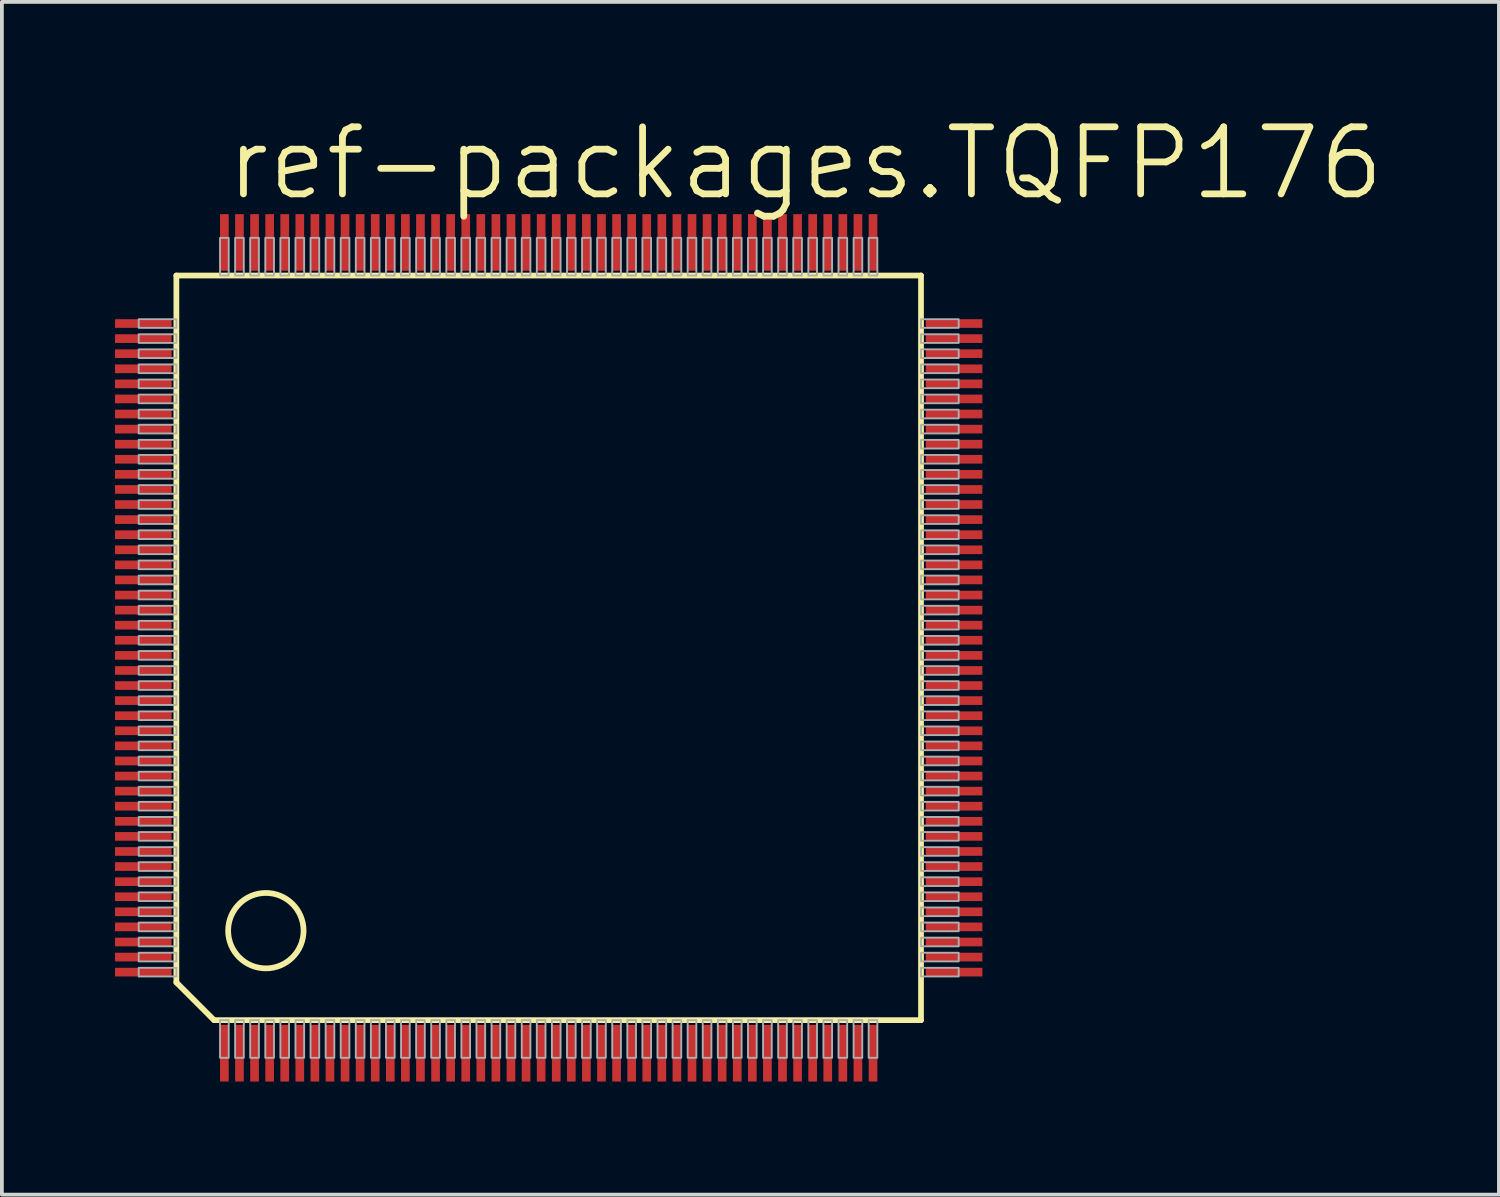
<source format=kicad_pcb>
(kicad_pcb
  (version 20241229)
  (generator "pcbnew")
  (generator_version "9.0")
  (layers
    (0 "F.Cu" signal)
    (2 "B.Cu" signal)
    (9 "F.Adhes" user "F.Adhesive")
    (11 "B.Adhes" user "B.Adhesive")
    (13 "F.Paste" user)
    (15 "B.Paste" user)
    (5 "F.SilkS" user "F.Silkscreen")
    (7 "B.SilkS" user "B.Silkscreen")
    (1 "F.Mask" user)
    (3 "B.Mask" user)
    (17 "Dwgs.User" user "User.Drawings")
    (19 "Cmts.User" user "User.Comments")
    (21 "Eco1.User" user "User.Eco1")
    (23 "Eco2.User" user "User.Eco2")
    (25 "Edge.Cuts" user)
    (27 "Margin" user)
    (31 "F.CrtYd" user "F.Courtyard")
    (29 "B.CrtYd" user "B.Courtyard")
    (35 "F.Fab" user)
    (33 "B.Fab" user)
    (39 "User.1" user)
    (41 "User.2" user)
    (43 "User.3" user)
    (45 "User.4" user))
  (footprint "ref-packages.TQFP176"
    (layer "F.Cu")
    (at 11.5 14.129)
    (property "Reference" "ref-packages.TQFP176" (at -8.636 -11.811 0) (layer "F.SilkS") (effects (font (size 1.778 1.778) (thickness 0.18)) (justify left bottom)))
    (attr smd)
    (fp_line (start -9.873 -9.873) (end 9.873 -9.873) (stroke (width 0.152) (type default)) (layer "F.SilkS"))
    (fp_line (start -9.873 8.873) (end -9.873 -9.873) (stroke (width 0.152) (type default)) (layer "F.SilkS"))
    (fp_line (start -8.873 9.873) (end -9.873 8.873) (stroke (width 0.152) (type default)) (layer "F.SilkS"))
    (fp_line (start 9.873 -9.873) (end 9.873 9.873) (stroke (width 0.152) (type default)) (layer "F.SilkS"))
    (fp_line (start 9.873 9.873) (end -8.873 9.873) (stroke (width 0.152) (type default)) (layer "F.SilkS"))
    (fp_circle (center -7.5 7.5) (end -6.5 7.5) (stroke (width 0.152) (type default)) (fill no) (layer "F.SilkS"))
    (fp_rect (start -10.872 -8.485) (end -9.873 -8.715) (stroke (width 0.05) (type default)) (fill no) (layer "F.Fab"))
    (fp_rect (start -10.872 -8.085) (end -9.873 -8.315) (stroke (width 0.05) (type default)) (fill no) (layer "F.Fab"))
    (fp_rect (start -10.872 -7.685) (end -9.873 -7.915) (stroke (width 0.05) (type default)) (fill no) (layer "F.Fab"))
    (fp_rect (start -10.872 -7.285) (end -9.873 -7.515) (stroke (width 0.05) (type default)) (fill no) (layer "F.Fab"))
    (fp_rect (start -10.872 -6.885) (end -9.873 -7.115) (stroke (width 0.05) (type default)) (fill no) (layer "F.Fab"))
    (fp_rect (start -10.872 -6.485) (end -9.873 -6.715) (stroke (width 0.05) (type default)) (fill no) (layer "F.Fab"))
    (fp_rect (start -10.872 -6.085) (end -9.873 -6.315) (stroke (width 0.05) (type default)) (fill no) (layer "F.Fab"))
    (fp_rect (start -10.872 -5.685) (end -9.873 -5.915) (stroke (width 0.05) (type default)) (fill no) (layer "F.Fab"))
    (fp_rect (start -10.872 -5.285) (end -9.873 -5.515) (stroke (width 0.05) (type default)) (fill no) (layer "F.Fab"))
    (fp_rect (start -10.872 -4.885) (end -9.873 -5.115) (stroke (width 0.05) (type default)) (fill no) (layer "F.Fab"))
    (fp_rect (start -10.872 -4.485) (end -9.873 -4.715) (stroke (width 0.05) (type default)) (fill no) (layer "F.Fab"))
    (fp_rect (start -10.872 -4.085) (end -9.873 -4.315) (stroke (width 0.05) (type default)) (fill no) (layer "F.Fab"))
    (fp_rect (start -10.872 -3.685) (end -9.873 -3.915) (stroke (width 0.05) (type default)) (fill no) (layer "F.Fab"))
    (fp_rect (start -10.872 -3.285) (end -9.873 -3.515) (stroke (width 0.05) (type default)) (fill no) (layer "F.Fab"))
    (fp_rect (start -10.872 -2.885) (end -9.873 -3.115) (stroke (width 0.05) (type default)) (fill no) (layer "F.Fab"))
    (fp_rect (start -10.872 -2.485) (end -9.873 -2.715) (stroke (width 0.05) (type default)) (fill no) (layer "F.Fab"))
    (fp_rect (start -10.872 -2.085) (end -9.873 -2.315) (stroke (width 0.05) (type default)) (fill no) (layer "F.Fab"))
    (fp_rect (start -10.872 -1.685) (end -9.873 -1.915) (stroke (width 0.05) (type default)) (fill no) (layer "F.Fab"))
    (fp_rect (start -10.872 -1.285) (end -9.873 -1.515) (stroke (width 0.05) (type default)) (fill no) (layer "F.Fab"))
    (fp_rect (start -10.872 -0.885) (end -9.873 -1.115) (stroke (width 0.05) (type default)) (fill no) (layer "F.Fab"))
    (fp_rect (start -10.872 -0.485) (end -9.873 -0.715) (stroke (width 0.05) (type default)) (fill no) (layer "F.Fab"))
    (fp_rect (start -10.872 -0.085) (end -9.873 -0.315) (stroke (width 0.05) (type default)) (fill no) (layer "F.Fab"))
    (fp_rect (start -10.872 0.315) (end -9.873 0.085) (stroke (width 0.05) (type default)) (fill no) (layer "F.Fab"))
    (fp_rect (start -10.872 0.715) (end -9.873 0.485) (stroke (width 0.05) (type default)) (fill no) (layer "F.Fab"))
    (fp_rect (start -10.872 1.115) (end -9.873 0.885) (stroke (width 0.05) (type default)) (fill no) (layer "F.Fab"))
    (fp_rect (start -10.872 1.515) (end -9.873 1.285) (stroke (width 0.05) (type default)) (fill no) (layer "F.Fab"))
    (fp_rect (start -10.872 1.915) (end -9.873 1.685) (stroke (width 0.05) (type default)) (fill no) (layer "F.Fab"))
    (fp_rect (start -10.872 2.315) (end -9.873 2.085) (stroke (width 0.05) (type default)) (fill no) (layer "F.Fab"))
    (fp_rect (start -10.872 2.715) (end -9.873 2.485) (stroke (width 0.05) (type default)) (fill no) (layer "F.Fab"))
    (fp_rect (start -10.872 3.115) (end -9.873 2.885) (stroke (width 0.05) (type default)) (fill no) (layer "F.Fab"))
    (fp_rect (start -10.872 3.515) (end -9.873 3.285) (stroke (width 0.05) (type default)) (fill no) (layer "F.Fab"))
    (fp_rect (start -10.872 3.915) (end -9.873 3.685) (stroke (width 0.05) (type default)) (fill no) (layer "F.Fab"))
    (fp_rect (start -10.872 4.315) (end -9.873 4.085) (stroke (width 0.05) (type default)) (fill no) (layer "F.Fab"))
    (fp_rect (start -10.872 4.715) (end -9.873 4.485) (stroke (width 0.05) (type default)) (fill no) (layer "F.Fab"))
    (fp_rect (start -10.872 5.115) (end -9.873 4.885) (stroke (width 0.05) (type default)) (fill no) (layer "F.Fab"))
    (fp_rect (start -10.872 5.515) (end -9.873 5.285) (stroke (width 0.05) (type default)) (fill no) (layer "F.Fab"))
    (fp_rect (start -10.872 5.915) (end -9.873 5.685) (stroke (width 0.05) (type default)) (fill no) (layer "F.Fab"))
    (fp_rect (start -10.872 6.315) (end -9.873 6.085) (stroke (width 0.05) (type default)) (fill no) (layer "F.Fab"))
    (fp_rect (start -10.872 6.715) (end -9.873 6.485) (stroke (width 0.05) (type default)) (fill no) (layer "F.Fab"))
    (fp_rect (start -10.872 7.115) (end -9.873 6.885) (stroke (width 0.05) (type default)) (fill no) (layer "F.Fab"))
    (fp_rect (start -10.872 7.515) (end -9.873 7.285) (stroke (width 0.05) (type default)) (fill no) (layer "F.Fab"))
    (fp_rect (start -10.872 7.915) (end -9.873 7.685) (stroke (width 0.05) (type default)) (fill no) (layer "F.Fab"))
    (fp_rect (start -10.872 8.315) (end -9.873 8.085) (stroke (width 0.05) (type default)) (fill no) (layer "F.Fab"))
    (fp_rect (start -10.872 8.715) (end -9.873 8.485) (stroke (width 0.05) (type default)) (fill no) (layer "F.Fab"))
    (fp_rect (start -8.715 -9.873) (end -8.485 -10.872) (stroke (width 0.05) (type default)) (fill no) (layer "F.Fab"))
    (fp_rect (start -8.715 10.872) (end -8.485 9.873) (stroke (width 0.05) (type default)) (fill no) (layer "F.Fab"))
    (fp_rect (start -8.315 -9.873) (end -8.085 -10.872) (stroke (width 0.05) (type default)) (fill no) (layer "F.Fab"))
    (fp_rect (start -8.315 10.872) (end -8.085 9.873) (stroke (width 0.05) (type default)) (fill no) (layer "F.Fab"))
    (fp_rect (start -7.915 -9.873) (end -7.685 -10.872) (stroke (width 0.05) (type default)) (fill no) (layer "F.Fab"))
    (fp_rect (start -7.915 10.872) (end -7.685 9.873) (stroke (width 0.05) (type default)) (fill no) (layer "F.Fab"))
    (fp_rect (start -7.515 -9.873) (end -7.285 -10.872) (stroke (width 0.05) (type default)) (fill no) (layer "F.Fab"))
    (fp_rect (start -7.515 10.872) (end -7.285 9.873) (stroke (width 0.05) (type default)) (fill no) (layer "F.Fab"))
    (fp_rect (start -7.115 -9.873) (end -6.885 -10.872) (stroke (width 0.05) (type default)) (fill no) (layer "F.Fab"))
    (fp_rect (start -7.115 10.872) (end -6.885 9.873) (stroke (width 0.05) (type default)) (fill no) (layer "F.Fab"))
    (fp_rect (start -6.715 -9.873) (end -6.485 -10.872) (stroke (width 0.05) (type default)) (fill no) (layer "F.Fab"))
    (fp_rect (start -6.715 10.872) (end -6.485 9.873) (stroke (width 0.05) (type default)) (fill no) (layer "F.Fab"))
    (fp_rect (start -6.315 -9.873) (end -6.085 -10.872) (stroke (width 0.05) (type default)) (fill no) (layer "F.Fab"))
    (fp_rect (start -6.315 10.872) (end -6.085 9.873) (stroke (width 0.05) (type default)) (fill no) (layer "F.Fab"))
    (fp_rect (start -5.915 -9.873) (end -5.685 -10.872) (stroke (width 0.05) (type default)) (fill no) (layer "F.Fab"))
    (fp_rect (start -5.915 10.872) (end -5.685 9.873) (stroke (width 0.05) (type default)) (fill no) (layer "F.Fab"))
    (fp_rect (start -5.515 -9.873) (end -5.285 -10.872) (stroke (width 0.05) (type default)) (fill no) (layer "F.Fab"))
    (fp_rect (start -5.515 10.872) (end -5.285 9.873) (stroke (width 0.05) (type default)) (fill no) (layer "F.Fab"))
    (fp_rect (start -5.115 -9.873) (end -4.885 -10.872) (stroke (width 0.05) (type default)) (fill no) (layer "F.Fab"))
    (fp_rect (start -5.115 10.872) (end -4.885 9.873) (stroke (width 0.05) (type default)) (fill no) (layer "F.Fab"))
    (fp_rect (start -4.715 -9.873) (end -4.485 -10.872) (stroke (width 0.05) (type default)) (fill no) (layer "F.Fab"))
    (fp_rect (start -4.715 10.872) (end -4.485 9.873) (stroke (width 0.05) (type default)) (fill no) (layer "F.Fab"))
    (fp_rect (start -4.315 -9.873) (end -4.085 -10.872) (stroke (width 0.05) (type default)) (fill no) (layer "F.Fab"))
    (fp_rect (start -4.315 10.872) (end -4.085 9.873) (stroke (width 0.05) (type default)) (fill no) (layer "F.Fab"))
    (fp_rect (start -3.915 -9.873) (end -3.685 -10.872) (stroke (width 0.05) (type default)) (fill no) (layer "F.Fab"))
    (fp_rect (start -3.915 10.872) (end -3.685 9.873) (stroke (width 0.05) (type default)) (fill no) (layer "F.Fab"))
    (fp_rect (start -3.515 -9.873) (end -3.285 -10.872) (stroke (width 0.05) (type default)) (fill no) (layer "F.Fab"))
    (fp_rect (start -3.515 10.872) (end -3.285 9.873) (stroke (width 0.05) (type default)) (fill no) (layer "F.Fab"))
    (fp_rect (start -3.115 -9.873) (end -2.885 -10.872) (stroke (width 0.05) (type default)) (fill no) (layer "F.Fab"))
    (fp_rect (start -3.115 10.872) (end -2.885 9.873) (stroke (width 0.05) (type default)) (fill no) (layer "F.Fab"))
    (fp_rect (start -2.715 -9.873) (end -2.485 -10.872) (stroke (width 0.05) (type default)) (fill no) (layer "F.Fab"))
    (fp_rect (start -2.715 10.872) (end -2.485 9.873) (stroke (width 0.05) (type default)) (fill no) (layer "F.Fab"))
    (fp_rect (start -2.315 -9.873) (end -2.085 -10.872) (stroke (width 0.05) (type default)) (fill no) (layer "F.Fab"))
    (fp_rect (start -2.315 10.872) (end -2.085 9.873) (stroke (width 0.05) (type default)) (fill no) (layer "F.Fab"))
    (fp_rect (start -1.915 -9.873) (end -1.685 -10.872) (stroke (width 0.05) (type default)) (fill no) (layer "F.Fab"))
    (fp_rect (start -1.915 10.872) (end -1.685 9.873) (stroke (width 0.05) (type default)) (fill no) (layer "F.Fab"))
    (fp_rect (start -1.515 -9.873) (end -1.285 -10.872) (stroke (width 0.05) (type default)) (fill no) (layer "F.Fab"))
    (fp_rect (start -1.515 10.872) (end -1.285 9.873) (stroke (width 0.05) (type default)) (fill no) (layer "F.Fab"))
    (fp_rect (start -1.115 -9.873) (end -0.885 -10.872) (stroke (width 0.05) (type default)) (fill no) (layer "F.Fab"))
    (fp_rect (start -1.115 10.872) (end -0.885 9.873) (stroke (width 0.05) (type default)) (fill no) (layer "F.Fab"))
    (fp_rect (start -0.715 -9.873) (end -0.485 -10.872) (stroke (width 0.05) (type default)) (fill no) (layer "F.Fab"))
    (fp_rect (start -0.715 10.872) (end -0.485 9.873) (stroke (width 0.05) (type default)) (fill no) (layer "F.Fab"))
    (fp_rect (start -0.315 -9.873) (end -0.085 -10.872) (stroke (width 0.05) (type default)) (fill no) (layer "F.Fab"))
    (fp_rect (start -0.315 10.872) (end -0.085 9.873) (stroke (width 0.05) (type default)) (fill no) (layer "F.Fab"))
    (fp_rect (start 0.085 -9.873) (end 0.315 -10.872) (stroke (width 0.05) (type default)) (fill no) (layer "F.Fab"))
    (fp_rect (start 0.085 10.872) (end 0.315 9.873) (stroke (width 0.05) (type default)) (fill no) (layer "F.Fab"))
    (fp_rect (start 0.485 -9.873) (end 0.715 -10.872) (stroke (width 0.05) (type default)) (fill no) (layer "F.Fab"))
    (fp_rect (start 0.485 10.872) (end 0.715 9.873) (stroke (width 0.05) (type default)) (fill no) (layer "F.Fab"))
    (fp_rect (start 0.885 -9.873) (end 1.115 -10.872) (stroke (width 0.05) (type default)) (fill no) (layer "F.Fab"))
    (fp_rect (start 0.885 10.872) (end 1.115 9.873) (stroke (width 0.05) (type default)) (fill no) (layer "F.Fab"))
    (fp_rect (start 1.285 -9.873) (end 1.515 -10.872) (stroke (width 0.05) (type default)) (fill no) (layer "F.Fab"))
    (fp_rect (start 1.285 10.872) (end 1.515 9.873) (stroke (width 0.05) (type default)) (fill no) (layer "F.Fab"))
    (fp_rect (start 1.685 -9.873) (end 1.915 -10.872) (stroke (width 0.05) (type default)) (fill no) (layer "F.Fab"))
    (fp_rect (start 1.685 10.872) (end 1.915 9.873) (stroke (width 0.05) (type default)) (fill no) (layer "F.Fab"))
    (fp_rect (start 2.085 -9.873) (end 2.315 -10.872) (stroke (width 0.05) (type default)) (fill no) (layer "F.Fab"))
    (fp_rect (start 2.085 10.872) (end 2.315 9.873) (stroke (width 0.05) (type default)) (fill no) (layer "F.Fab"))
    (fp_rect (start 2.485 -9.873) (end 2.715 -10.872) (stroke (width 0.05) (type default)) (fill no) (layer "F.Fab"))
    (fp_rect (start 2.485 10.872) (end 2.715 9.873) (stroke (width 0.05) (type default)) (fill no) (layer "F.Fab"))
    (fp_rect (start 2.885 -9.873) (end 3.115 -10.872) (stroke (width 0.05) (type default)) (fill no) (layer "F.Fab"))
    (fp_rect (start 2.885 10.872) (end 3.115 9.873) (stroke (width 0.05) (type default)) (fill no) (layer "F.Fab"))
    (fp_rect (start 3.285 -9.873) (end 3.515 -10.872) (stroke (width 0.05) (type default)) (fill no) (layer "F.Fab"))
    (fp_rect (start 3.285 10.872) (end 3.515 9.873) (stroke (width 0.05) (type default)) (fill no) (layer "F.Fab"))
    (fp_rect (start 3.685 -9.873) (end 3.915 -10.872) (stroke (width 0.05) (type default)) (fill no) (layer "F.Fab"))
    (fp_rect (start 3.685 10.872) (end 3.915 9.873) (stroke (width 0.05) (type default)) (fill no) (layer "F.Fab"))
    (fp_rect (start 4.085 -9.873) (end 4.315 -10.872) (stroke (width 0.05) (type default)) (fill no) (layer "F.Fab"))
    (fp_rect (start 4.085 10.872) (end 4.315 9.873) (stroke (width 0.05) (type default)) (fill no) (layer "F.Fab"))
    (fp_rect (start 4.485 -9.873) (end 4.715 -10.872) (stroke (width 0.05) (type default)) (fill no) (layer "F.Fab"))
    (fp_rect (start 4.485 10.872) (end 4.715 9.873) (stroke (width 0.05) (type default)) (fill no) (layer "F.Fab"))
    (fp_rect (start 4.885 -9.873) (end 5.115 -10.872) (stroke (width 0.05) (type default)) (fill no) (layer "F.Fab"))
    (fp_rect (start 4.885 10.872) (end 5.115 9.873) (stroke (width 0.05) (type default)) (fill no) (layer "F.Fab"))
    (fp_rect (start 5.285 -9.873) (end 5.515 -10.872) (stroke (width 0.05) (type default)) (fill no) (layer "F.Fab"))
    (fp_rect (start 5.285 10.872) (end 5.515 9.873) (stroke (width 0.05) (type default)) (fill no) (layer "F.Fab"))
    (fp_rect (start 5.685 -9.873) (end 5.915 -10.872) (stroke (width 0.05) (type default)) (fill no) (layer "F.Fab"))
    (fp_rect (start 5.685 10.872) (end 5.915 9.873) (stroke (width 0.05) (type default)) (fill no) (layer "F.Fab"))
    (fp_rect (start 6.085 -9.873) (end 6.315 -10.872) (stroke (width 0.05) (type default)) (fill no) (layer "F.Fab"))
    (fp_rect (start 6.085 10.872) (end 6.315 9.873) (stroke (width 0.05) (type default)) (fill no) (layer "F.Fab"))
    (fp_rect (start 6.485 -9.873) (end 6.715 -10.872) (stroke (width 0.05) (type default)) (fill no) (layer "F.Fab"))
    (fp_rect (start 6.485 10.872) (end 6.715 9.873) (stroke (width 0.05) (type default)) (fill no) (layer "F.Fab"))
    (fp_rect (start 6.885 -9.873) (end 7.115 -10.872) (stroke (width 0.05) (type default)) (fill no) (layer "F.Fab"))
    (fp_rect (start 6.885 10.872) (end 7.115 9.873) (stroke (width 0.05) (type default)) (fill no) (layer "F.Fab"))
    (fp_rect (start 7.285 -9.873) (end 7.515 -10.872) (stroke (width 0.05) (type default)) (fill no) (layer "F.Fab"))
    (fp_rect (start 7.285 10.872) (end 7.515 9.873) (stroke (width 0.05) (type default)) (fill no) (layer "F.Fab"))
    (fp_rect (start 7.685 -9.873) (end 7.915 -10.872) (stroke (width 0.05) (type default)) (fill no) (layer "F.Fab"))
    (fp_rect (start 7.685 10.872) (end 7.915 9.873) (stroke (width 0.05) (type default)) (fill no) (layer "F.Fab"))
    (fp_rect (start 8.085 -9.873) (end 8.315 -10.872) (stroke (width 0.05) (type default)) (fill no) (layer "F.Fab"))
    (fp_rect (start 8.085 10.872) (end 8.315 9.873) (stroke (width 0.05) (type default)) (fill no) (layer "F.Fab"))
    (fp_rect (start 8.485 -9.873) (end 8.715 -10.872) (stroke (width 0.05) (type default)) (fill no) (layer "F.Fab"))
    (fp_rect (start 8.485 10.872) (end 8.715 9.873) (stroke (width 0.05) (type default)) (fill no) (layer "F.Fab"))
    (fp_rect (start 9.873 -8.485) (end 10.872 -8.715) (stroke (width 0.05) (type default)) (fill no) (layer "F.Fab"))
    (fp_rect (start 9.873 -8.085) (end 10.872 -8.315) (stroke (width 0.05) (type default)) (fill no) (layer "F.Fab"))
    (fp_rect (start 9.873 -7.685) (end 10.872 -7.915) (stroke (width 0.05) (type default)) (fill no) (layer "F.Fab"))
    (fp_rect (start 9.873 -7.285) (end 10.872 -7.515) (stroke (width 0.05) (type default)) (fill no) (layer "F.Fab"))
    (fp_rect (start 9.873 -6.885) (end 10.872 -7.115) (stroke (width 0.05) (type default)) (fill no) (layer "F.Fab"))
    (fp_rect (start 9.873 -6.485) (end 10.872 -6.715) (stroke (width 0.05) (type default)) (fill no) (layer "F.Fab"))
    (fp_rect (start 9.873 -6.085) (end 10.872 -6.315) (stroke (width 0.05) (type default)) (fill no) (layer "F.Fab"))
    (fp_rect (start 9.873 -5.685) (end 10.872 -5.915) (stroke (width 0.05) (type default)) (fill no) (layer "F.Fab"))
    (fp_rect (start 9.873 -5.285) (end 10.872 -5.515) (stroke (width 0.05) (type default)) (fill no) (layer "F.Fab"))
    (fp_rect (start 9.873 -4.885) (end 10.872 -5.115) (stroke (width 0.05) (type default)) (fill no) (layer "F.Fab"))
    (fp_rect (start 9.873 -4.485) (end 10.872 -4.715) (stroke (width 0.05) (type default)) (fill no) (layer "F.Fab"))
    (fp_rect (start 9.873 -4.085) (end 10.872 -4.315) (stroke (width 0.05) (type default)) (fill no) (layer "F.Fab"))
    (fp_rect (start 9.873 -3.685) (end 10.872 -3.915) (stroke (width 0.05) (type default)) (fill no) (layer "F.Fab"))
    (fp_rect (start 9.873 -3.285) (end 10.872 -3.515) (stroke (width 0.05) (type default)) (fill no) (layer "F.Fab"))
    (fp_rect (start 9.873 -2.885) (end 10.872 -3.115) (stroke (width 0.05) (type default)) (fill no) (layer "F.Fab"))
    (fp_rect (start 9.873 -2.485) (end 10.872 -2.715) (stroke (width 0.05) (type default)) (fill no) (layer "F.Fab"))
    (fp_rect (start 9.873 -2.085) (end 10.872 -2.315) (stroke (width 0.05) (type default)) (fill no) (layer "F.Fab"))
    (fp_rect (start 9.873 -1.685) (end 10.872 -1.915) (stroke (width 0.05) (type default)) (fill no) (layer "F.Fab"))
    (fp_rect (start 9.873 -1.285) (end 10.872 -1.515) (stroke (width 0.05) (type default)) (fill no) (layer "F.Fab"))
    (fp_rect (start 9.873 -0.885) (end 10.872 -1.115) (stroke (width 0.05) (type default)) (fill no) (layer "F.Fab"))
    (fp_rect (start 9.873 -0.485) (end 10.872 -0.715) (stroke (width 0.05) (type default)) (fill no) (layer "F.Fab"))
    (fp_rect (start 9.873 -0.085) (end 10.872 -0.315) (stroke (width 0.05) (type default)) (fill no) (layer "F.Fab"))
    (fp_rect (start 9.873 0.315) (end 10.872 0.085) (stroke (width 0.05) (type default)) (fill no) (layer "F.Fab"))
    (fp_rect (start 9.873 0.715) (end 10.872 0.485) (stroke (width 0.05) (type default)) (fill no) (layer "F.Fab"))
    (fp_rect (start 9.873 1.115) (end 10.872 0.885) (stroke (width 0.05) (type default)) (fill no) (layer "F.Fab"))
    (fp_rect (start 9.873 1.515) (end 10.872 1.285) (stroke (width 0.05) (type default)) (fill no) (layer "F.Fab"))
    (fp_rect (start 9.873 1.915) (end 10.872 1.685) (stroke (width 0.05) (type default)) (fill no) (layer "F.Fab"))
    (fp_rect (start 9.873 2.315) (end 10.872 2.085) (stroke (width 0.05) (type default)) (fill no) (layer "F.Fab"))
    (fp_rect (start 9.873 2.715) (end 10.872 2.485) (stroke (width 0.05) (type default)) (fill no) (layer "F.Fab"))
    (fp_rect (start 9.873 3.115) (end 10.872 2.885) (stroke (width 0.05) (type default)) (fill no) (layer "F.Fab"))
    (fp_rect (start 9.873 3.515) (end 10.872 3.285) (stroke (width 0.05) (type default)) (fill no) (layer "F.Fab"))
    (fp_rect (start 9.873 3.915) (end 10.872 3.685) (stroke (width 0.05) (type default)) (fill no) (layer "F.Fab"))
    (fp_rect (start 9.873 4.315) (end 10.872 4.085) (stroke (width 0.05) (type default)) (fill no) (layer "F.Fab"))
    (fp_rect (start 9.873 4.715) (end 10.872 4.485) (stroke (width 0.05) (type default)) (fill no) (layer "F.Fab"))
    (fp_rect (start 9.873 5.115) (end 10.872 4.885) (stroke (width 0.05) (type default)) (fill no) (layer "F.Fab"))
    (fp_rect (start 9.873 5.515) (end 10.872 5.285) (stroke (width 0.05) (type default)) (fill no) (layer "F.Fab"))
    (fp_rect (start 9.873 5.915) (end 10.872 5.685) (stroke (width 0.05) (type default)) (fill no) (layer "F.Fab"))
    (fp_rect (start 9.873 6.315) (end 10.872 6.085) (stroke (width 0.05) (type default)) (fill no) (layer "F.Fab"))
    (fp_rect (start 9.873 6.715) (end 10.872 6.485) (stroke (width 0.05) (type default)) (fill no) (layer "F.Fab"))
    (fp_rect (start 9.873 7.115) (end 10.872 6.885) (stroke (width 0.05) (type default)) (fill no) (layer "F.Fab"))
    (fp_rect (start 9.873 7.515) (end 10.872 7.285) (stroke (width 0.05) (type default)) (fill no) (layer "F.Fab"))
    (fp_rect (start 9.873 7.915) (end 10.872 7.685) (stroke (width 0.05) (type default)) (fill no) (layer "F.Fab"))
    (fp_rect (start 9.873 8.315) (end 10.872 8.085) (stroke (width 0.05) (type default)) (fill no) (layer "F.Fab"))
    (fp_rect (start 9.873 8.715) (end 10.872 8.485) (stroke (width 0.05) (type default)) (fill no) (layer "F.Fab"))
    (pad "1" smd roundrect (at -8.6 10.75) (size 0.23 1.5) (layers "F.Cu" "F.Mask" "F.Paste") (roundrect_rratio 0.01))
    (pad "2" smd roundrect (at -8.2 10.75) (size 0.23 1.5) (layers "F.Cu" "F.Mask" "F.Paste") (roundrect_rratio 0.01))
    (pad "3" smd roundrect (at -7.8 10.75) (size 0.23 1.5) (layers "F.Cu" "F.Mask" "F.Paste") (roundrect_rratio 0.01))
    (pad "4" smd roundrect (at -7.4 10.75) (size 0.23 1.5) (layers "F.Cu" "F.Mask" "F.Paste") (roundrect_rratio 0.01))
    (pad "5" smd roundrect (at -7 10.75) (size 0.23 1.5) (layers "F.Cu" "F.Mask" "F.Paste") (roundrect_rratio 0.01))
    (pad "6" smd roundrect (at -6.6 10.75) (size 0.23 1.5) (layers "F.Cu" "F.Mask" "F.Paste") (roundrect_rratio 0.01))
    (pad "7" smd roundrect (at -6.2 10.75) (size 0.23 1.5) (layers "F.Cu" "F.Mask" "F.Paste") (roundrect_rratio 0.01))
    (pad "8" smd roundrect (at -5.8 10.75) (size 0.23 1.5) (layers "F.Cu" "F.Mask" "F.Paste") (roundrect_rratio 0.01))
    (pad "9" smd roundrect (at -5.4 10.75) (size 0.23 1.5) (layers "F.Cu" "F.Mask" "F.Paste") (roundrect_rratio 0.01))
    (pad "10" smd roundrect (at -5 10.75) (size 0.23 1.5) (layers "F.Cu" "F.Mask" "F.Paste") (roundrect_rratio 0.01))
    (pad "11" smd roundrect (at -4.6 10.75) (size 0.23 1.5) (layers "F.Cu" "F.Mask" "F.Paste") (roundrect_rratio 0.01))
    (pad "12" smd roundrect (at -4.2 10.75) (size 0.23 1.5) (layers "F.Cu" "F.Mask" "F.Paste") (roundrect_rratio 0.01))
    (pad "13" smd roundrect (at -3.8 10.75) (size 0.23 1.5) (layers "F.Cu" "F.Mask" "F.Paste") (roundrect_rratio 0.01))
    (pad "14" smd roundrect (at -3.4 10.75) (size 0.23 1.5) (layers "F.Cu" "F.Mask" "F.Paste") (roundrect_rratio 0.01))
    (pad "15" smd roundrect (at -3 10.75) (size 0.23 1.5) (layers "F.Cu" "F.Mask" "F.Paste") (roundrect_rratio 0.01))
    (pad "16" smd roundrect (at -2.6 10.75) (size 0.23 1.5) (layers "F.Cu" "F.Mask" "F.Paste") (roundrect_rratio 0.01))
    (pad "17" smd roundrect (at -2.2 10.75) (size 0.23 1.5) (layers "F.Cu" "F.Mask" "F.Paste") (roundrect_rratio 0.01))
    (pad "18" smd roundrect (at -1.8 10.75) (size 0.23 1.5) (layers "F.Cu" "F.Mask" "F.Paste") (roundrect_rratio 0.01))
    (pad "19" smd roundrect (at -1.4 10.75) (size 0.23 1.5) (layers "F.Cu" "F.Mask" "F.Paste") (roundrect_rratio 0.01))
    (pad "20" smd roundrect (at -1 10.75) (size 0.23 1.5) (layers "F.Cu" "F.Mask" "F.Paste") (roundrect_rratio 0.01))
    (pad "21" smd roundrect (at -0.6 10.75) (size 0.23 1.5) (layers "F.Cu" "F.Mask" "F.Paste") (roundrect_rratio 0.01))
    (pad "22" smd roundrect (at -0.2 10.75) (size 0.23 1.5) (layers "F.Cu" "F.Mask" "F.Paste") (roundrect_rratio 0.01))
    (pad "23" smd roundrect (at 0.2 10.75) (size 0.23 1.5) (layers "F.Cu" "F.Mask" "F.Paste") (roundrect_rratio 0.01))
    (pad "24" smd roundrect (at 0.6 10.75) (size 0.23 1.5) (layers "F.Cu" "F.Mask" "F.Paste") (roundrect_rratio 0.01))
    (pad "25" smd roundrect (at 1 10.75) (size 0.23 1.5) (layers "F.Cu" "F.Mask" "F.Paste") (roundrect_rratio 0.01))
    (pad "26" smd roundrect (at 1.4 10.75) (size 0.23 1.5) (layers "F.Cu" "F.Mask" "F.Paste") (roundrect_rratio 0.01))
    (pad "27" smd roundrect (at 1.8 10.75) (size 0.23 1.5) (layers "F.Cu" "F.Mask" "F.Paste") (roundrect_rratio 0.01))
    (pad "28" smd roundrect (at 2.2 10.75) (size 0.23 1.5) (layers "F.Cu" "F.Mask" "F.Paste") (roundrect_rratio 0.01))
    (pad "29" smd roundrect (at 2.6 10.75) (size 0.23 1.5) (layers "F.Cu" "F.Mask" "F.Paste") (roundrect_rratio 0.01))
    (pad "30" smd roundrect (at 3 10.75) (size 0.23 1.5) (layers "F.Cu" "F.Mask" "F.Paste") (roundrect_rratio 0.01))
    (pad "31" smd roundrect (at 3.4 10.75) (size 0.23 1.5) (layers "F.Cu" "F.Mask" "F.Paste") (roundrect_rratio 0.01))
    (pad "32" smd roundrect (at 3.8 10.75) (size 0.23 1.5) (layers "F.Cu" "F.Mask" "F.Paste") (roundrect_rratio 0.01))
    (pad "33" smd roundrect (at 4.2 10.75) (size 0.23 1.5) (layers "F.Cu" "F.Mask" "F.Paste") (roundrect_rratio 0.01))
    (pad "34" smd roundrect (at 4.6 10.75) (size 0.23 1.5) (layers "F.Cu" "F.Mask" "F.Paste") (roundrect_rratio 0.01))
    (pad "35" smd roundrect (at 5 10.75) (size 0.23 1.5) (layers "F.Cu" "F.Mask" "F.Paste") (roundrect_rratio 0.01))
    (pad "36" smd roundrect (at 5.4 10.75) (size 0.23 1.5) (layers "F.Cu" "F.Mask" "F.Paste") (roundrect_rratio 0.01))
    (pad "37" smd roundrect (at 5.8 10.75) (size 0.23 1.5) (layers "F.Cu" "F.Mask" "F.Paste") (roundrect_rratio 0.01))
    (pad "38" smd roundrect (at 6.2 10.75) (size 0.23 1.5) (layers "F.Cu" "F.Mask" "F.Paste") (roundrect_rratio 0.01))
    (pad "39" smd roundrect (at 6.6 10.75) (size 0.23 1.5) (layers "F.Cu" "F.Mask" "F.Paste") (roundrect_rratio 0.01))
    (pad "40" smd roundrect (at 7 10.75) (size 0.23 1.5) (layers "F.Cu" "F.Mask" "F.Paste") (roundrect_rratio 0.01))
    (pad "41" smd roundrect (at 7.4 10.75) (size 0.23 1.5) (layers "F.Cu" "F.Mask" "F.Paste") (roundrect_rratio 0.01))
    (pad "42" smd roundrect (at 7.8 10.75) (size 0.23 1.5) (layers "F.Cu" "F.Mask" "F.Paste") (roundrect_rratio 0.01))
    (pad "43" smd roundrect (at 8.2 10.75) (size 0.23 1.5) (layers "F.Cu" "F.Mask" "F.Paste") (roundrect_rratio 0.01))
    (pad "44" smd roundrect (at 8.6 10.75) (size 0.23 1.5) (layers "F.Cu" "F.Mask" "F.Paste") (roundrect_rratio 0.01))
    (pad "45" smd roundrect (at 10.75 8.6) (size 1.5 0.23) (layers "F.Cu" "F.Mask" "F.Paste") (roundrect_rratio 0.01))
    (pad "46" smd roundrect (at 10.75 8.2) (size 1.5 0.23) (layers "F.Cu" "F.Mask" "F.Paste") (roundrect_rratio 0.01))
    (pad "47" smd roundrect (at 10.75 7.8) (size 1.5 0.23) (layers "F.Cu" "F.Mask" "F.Paste") (roundrect_rratio 0.01))
    (pad "48" smd roundrect (at 10.75 7.4) (size 1.5 0.23) (layers "F.Cu" "F.Mask" "F.Paste") (roundrect_rratio 0.01))
    (pad "49" smd roundrect (at 10.75 7) (size 1.5 0.23) (layers "F.Cu" "F.Mask" "F.Paste") (roundrect_rratio 0.01))
    (pad "50" smd roundrect (at 10.75 6.6) (size 1.5 0.23) (layers "F.Cu" "F.Mask" "F.Paste") (roundrect_rratio 0.01))
    (pad "51" smd roundrect (at 10.75 6.2) (size 1.5 0.23) (layers "F.Cu" "F.Mask" "F.Paste") (roundrect_rratio 0.01))
    (pad "52" smd roundrect (at 10.75 5.8) (size 1.5 0.23) (layers "F.Cu" "F.Mask" "F.Paste") (roundrect_rratio 0.01))
    (pad "53" smd roundrect (at 10.75 5.4) (size 1.5 0.23) (layers "F.Cu" "F.Mask" "F.Paste") (roundrect_rratio 0.01))
    (pad "54" smd roundrect (at 10.75 5) (size 1.5 0.23) (layers "F.Cu" "F.Mask" "F.Paste") (roundrect_rratio 0.01))
    (pad "55" smd roundrect (at 10.75 4.6) (size 1.5 0.23) (layers "F.Cu" "F.Mask" "F.Paste") (roundrect_rratio 0.01))
    (pad "56" smd roundrect (at 10.75 4.2) (size 1.5 0.23) (layers "F.Cu" "F.Mask" "F.Paste") (roundrect_rratio 0.01))
    (pad "57" smd roundrect (at 10.75 3.8) (size 1.5 0.23) (layers "F.Cu" "F.Mask" "F.Paste") (roundrect_rratio 0.01))
    (pad "58" smd roundrect (at 10.75 3.4) (size 1.5 0.23) (layers "F.Cu" "F.Mask" "F.Paste") (roundrect_rratio 0.01))
    (pad "59" smd roundrect (at 10.75 3) (size 1.5 0.23) (layers "F.Cu" "F.Mask" "F.Paste") (roundrect_rratio 0.01))
    (pad "60" smd roundrect (at 10.75 2.6) (size 1.5 0.23) (layers "F.Cu" "F.Mask" "F.Paste") (roundrect_rratio 0.01))
    (pad "61" smd roundrect (at 10.75 2.2) (size 1.5 0.23) (layers "F.Cu" "F.Mask" "F.Paste") (roundrect_rratio 0.01))
    (pad "62" smd roundrect (at 10.75 1.8) (size 1.5 0.23) (layers "F.Cu" "F.Mask" "F.Paste") (roundrect_rratio 0.01))
    (pad "63" smd roundrect (at 10.75 1.4) (size 1.5 0.23) (layers "F.Cu" "F.Mask" "F.Paste") (roundrect_rratio 0.01))
    (pad "64" smd roundrect (at 10.75 1) (size 1.5 0.23) (layers "F.Cu" "F.Mask" "F.Paste") (roundrect_rratio 0.01))
    (pad "65" smd roundrect (at 10.75 0.6) (size 1.5 0.23) (layers "F.Cu" "F.Mask" "F.Paste") (roundrect_rratio 0.01))
    (pad "66" smd roundrect (at 10.75 0.2) (size 1.5 0.23) (layers "F.Cu" "F.Mask" "F.Paste") (roundrect_rratio 0.01))
    (pad "67" smd roundrect (at 10.75 -0.2) (size 1.5 0.23) (layers "F.Cu" "F.Mask" "F.Paste") (roundrect_rratio 0.01))
    (pad "68" smd roundrect (at 10.75 -0.6) (size 1.5 0.23) (layers "F.Cu" "F.Mask" "F.Paste") (roundrect_rratio 0.01))
    (pad "69" smd roundrect (at 10.75 -1) (size 1.5 0.23) (layers "F.Cu" "F.Mask" "F.Paste") (roundrect_rratio 0.01))
    (pad "70" smd roundrect (at 10.75 -1.4) (size 1.5 0.23) (layers "F.Cu" "F.Mask" "F.Paste") (roundrect_rratio 0.01))
    (pad "71" smd roundrect (at 10.75 -1.8) (size 1.5 0.23) (layers "F.Cu" "F.Mask" "F.Paste") (roundrect_rratio 0.01))
    (pad "72" smd roundrect (at 10.75 -2.2) (size 1.5 0.23) (layers "F.Cu" "F.Mask" "F.Paste") (roundrect_rratio 0.01))
    (pad "73" smd roundrect (at 10.75 -2.6) (size 1.5 0.23) (layers "F.Cu" "F.Mask" "F.Paste") (roundrect_rratio 0.01))
    (pad "74" smd roundrect (at 10.75 -3) (size 1.5 0.23) (layers "F.Cu" "F.Mask" "F.Paste") (roundrect_rratio 0.01))
    (pad "75" smd roundrect (at 10.75 -3.4) (size 1.5 0.23) (layers "F.Cu" "F.Mask" "F.Paste") (roundrect_rratio 0.01))
    (pad "76" smd roundrect (at 10.75 -3.8) (size 1.5 0.23) (layers "F.Cu" "F.Mask" "F.Paste") (roundrect_rratio 0.01))
    (pad "77" smd roundrect (at 10.75 -4.2) (size 1.5 0.23) (layers "F.Cu" "F.Mask" "F.Paste") (roundrect_rratio 0.01))
    (pad "78" smd roundrect (at 10.75 -4.6) (size 1.5 0.23) (layers "F.Cu" "F.Mask" "F.Paste") (roundrect_rratio 0.01))
    (pad "79" smd roundrect (at 10.75 -5) (size 1.5 0.23) (layers "F.Cu" "F.Mask" "F.Paste") (roundrect_rratio 0.01))
    (pad "80" smd roundrect (at 10.75 -5.4) (size 1.5 0.23) (layers "F.Cu" "F.Mask" "F.Paste") (roundrect_rratio 0.01))
    (pad "81" smd roundrect (at 10.75 -5.8) (size 1.5 0.23) (layers "F.Cu" "F.Mask" "F.Paste") (roundrect_rratio 0.01))
    (pad "82" smd roundrect (at 10.75 -6.2) (size 1.5 0.23) (layers "F.Cu" "F.Mask" "F.Paste") (roundrect_rratio 0.01))
    (pad "83" smd roundrect (at 10.75 -6.6) (size 1.5 0.23) (layers "F.Cu" "F.Mask" "F.Paste") (roundrect_rratio 0.01))
    (pad "84" smd roundrect (at 10.75 -7) (size 1.5 0.23) (layers "F.Cu" "F.Mask" "F.Paste") (roundrect_rratio 0.01))
    (pad "85" smd roundrect (at 10.75 -7.4) (size 1.5 0.23) (layers "F.Cu" "F.Mask" "F.Paste") (roundrect_rratio 0.01))
    (pad "86" smd roundrect (at 10.75 -7.8) (size 1.5 0.23) (layers "F.Cu" "F.Mask" "F.Paste") (roundrect_rratio 0.01))
    (pad "87" smd roundrect (at 10.75 -8.2) (size 1.5 0.23) (layers "F.Cu" "F.Mask" "F.Paste") (roundrect_rratio 0.01))
    (pad "88" smd roundrect (at 10.75 -8.6) (size 1.5 0.23) (layers "F.Cu" "F.Mask" "F.Paste") (roundrect_rratio 0.01))
    (pad "89" smd roundrect (at 8.6 -10.75) (size 0.23 1.5) (layers "F.Cu" "F.Mask" "F.Paste") (roundrect_rratio 0.01))
    (pad "90" smd roundrect (at 8.2 -10.75) (size 0.23 1.5) (layers "F.Cu" "F.Mask" "F.Paste") (roundrect_rratio 0.01))
    (pad "91" smd roundrect (at 7.8 -10.75) (size 0.23 1.5) (layers "F.Cu" "F.Mask" "F.Paste") (roundrect_rratio 0.01))
    (pad "92" smd roundrect (at 7.4 -10.75) (size 0.23 1.5) (layers "F.Cu" "F.Mask" "F.Paste") (roundrect_rratio 0.01))
    (pad "93" smd roundrect (at 7 -10.75) (size 0.23 1.5) (layers "F.Cu" "F.Mask" "F.Paste") (roundrect_rratio 0.01))
    (pad "94" smd roundrect (at 6.6 -10.75) (size 0.23 1.5) (layers "F.Cu" "F.Mask" "F.Paste") (roundrect_rratio 0.01))
    (pad "95" smd roundrect (at 6.2 -10.75) (size 0.23 1.5) (layers "F.Cu" "F.Mask" "F.Paste") (roundrect_rratio 0.01))
    (pad "96" smd roundrect (at 5.8 -10.75) (size 0.23 1.5) (layers "F.Cu" "F.Mask" "F.Paste") (roundrect_rratio 0.01))
    (pad "97" smd roundrect (at 5.4 -10.75) (size 0.23 1.5) (layers "F.Cu" "F.Mask" "F.Paste") (roundrect_rratio 0.01))
    (pad "98" smd roundrect (at 5 -10.75) (size 0.23 1.5) (layers "F.Cu" "F.Mask" "F.Paste") (roundrect_rratio 0.01))
    (pad "99" smd roundrect (at 4.6 -10.75) (size 0.23 1.5) (layers "F.Cu" "F.Mask" "F.Paste") (roundrect_rratio 0.01))
    (pad "100" smd roundrect (at 4.2 -10.75) (size 0.23 1.5) (layers "F.Cu" "F.Mask" "F.Paste") (roundrect_rratio 0.01))
    (pad "101" smd roundrect (at 3.8 -10.75) (size 0.23 1.5) (layers "F.Cu" "F.Mask" "F.Paste") (roundrect_rratio 0.01))
    (pad "102" smd roundrect (at 3.4 -10.75) (size 0.23 1.5) (layers "F.Cu" "F.Mask" "F.Paste") (roundrect_rratio 0.01))
    (pad "103" smd roundrect (at 3 -10.75) (size 0.23 1.5) (layers "F.Cu" "F.Mask" "F.Paste") (roundrect_rratio 0.01))
    (pad "104" smd roundrect (at 2.6 -10.75) (size 0.23 1.5) (layers "F.Cu" "F.Mask" "F.Paste") (roundrect_rratio 0.01))
    (pad "105" smd roundrect (at 2.2 -10.75) (size 0.23 1.5) (layers "F.Cu" "F.Mask" "F.Paste") (roundrect_rratio 0.01))
    (pad "106" smd roundrect (at 1.8 -10.75) (size 0.23 1.5) (layers "F.Cu" "F.Mask" "F.Paste") (roundrect_rratio 0.01))
    (pad "107" smd roundrect (at 1.4 -10.75) (size 0.23 1.5) (layers "F.Cu" "F.Mask" "F.Paste") (roundrect_rratio 0.01))
    (pad "108" smd roundrect (at 1 -10.75) (size 0.23 1.5) (layers "F.Cu" "F.Mask" "F.Paste") (roundrect_rratio 0.01))
    (pad "109" smd roundrect (at 0.6 -10.75) (size 0.23 1.5) (layers "F.Cu" "F.Mask" "F.Paste") (roundrect_rratio 0.01))
    (pad "110" smd roundrect (at 0.2 -10.75) (size 0.23 1.5) (layers "F.Cu" "F.Mask" "F.Paste") (roundrect_rratio 0.01))
    (pad "111" smd roundrect (at -0.2 -10.75) (size 0.23 1.5) (layers "F.Cu" "F.Mask" "F.Paste") (roundrect_rratio 0.01))
    (pad "112" smd roundrect (at -0.6 -10.75) (size 0.23 1.5) (layers "F.Cu" "F.Mask" "F.Paste") (roundrect_rratio 0.01))
    (pad "113" smd roundrect (at -1 -10.75) (size 0.23 1.5) (layers "F.Cu" "F.Mask" "F.Paste") (roundrect_rratio 0.01))
    (pad "114" smd roundrect (at -1.4 -10.75) (size 0.23 1.5) (layers "F.Cu" "F.Mask" "F.Paste") (roundrect_rratio 0.01))
    (pad "115" smd roundrect (at -1.8 -10.75) (size 0.23 1.5) (layers "F.Cu" "F.Mask" "F.Paste") (roundrect_rratio 0.01))
    (pad "116" smd roundrect (at -2.2 -10.75) (size 0.23 1.5) (layers "F.Cu" "F.Mask" "F.Paste") (roundrect_rratio 0.01))
    (pad "117" smd roundrect (at -2.6 -10.75) (size 0.23 1.5) (layers "F.Cu" "F.Mask" "F.Paste") (roundrect_rratio 0.01))
    (pad "118" smd roundrect (at -3 -10.75) (size 0.23 1.5) (layers "F.Cu" "F.Mask" "F.Paste") (roundrect_rratio 0.01))
    (pad "119" smd roundrect (at -3.4 -10.75) (size 0.23 1.5) (layers "F.Cu" "F.Mask" "F.Paste") (roundrect_rratio 0.01))
    (pad "120" smd roundrect (at -3.8 -10.75) (size 0.23 1.5) (layers "F.Cu" "F.Mask" "F.Paste") (roundrect_rratio 0.01))
    (pad "121" smd roundrect (at -4.2 -10.75) (size 0.23 1.5) (layers "F.Cu" "F.Mask" "F.Paste") (roundrect_rratio 0.01))
    (pad "122" smd roundrect (at -4.6 -10.75) (size 0.23 1.5) (layers "F.Cu" "F.Mask" "F.Paste") (roundrect_rratio 0.01))
    (pad "123" smd roundrect (at -5 -10.75) (size 0.23 1.5) (layers "F.Cu" "F.Mask" "F.Paste") (roundrect_rratio 0.01))
    (pad "124" smd roundrect (at -5.4 -10.75) (size 0.23 1.5) (layers "F.Cu" "F.Mask" "F.Paste") (roundrect_rratio 0.01))
    (pad "125" smd roundrect (at -5.8 -10.75) (size 0.23 1.5) (layers "F.Cu" "F.Mask" "F.Paste") (roundrect_rratio 0.01))
    (pad "126" smd roundrect (at -6.2 -10.75) (size 0.23 1.5) (layers "F.Cu" "F.Mask" "F.Paste") (roundrect_rratio 0.01))
    (pad "127" smd roundrect (at -6.6 -10.75) (size 0.23 1.5) (layers "F.Cu" "F.Mask" "F.Paste") (roundrect_rratio 0.01))
    (pad "128" smd roundrect (at -7 -10.75) (size 0.23 1.5) (layers "F.Cu" "F.Mask" "F.Paste") (roundrect_rratio 0.01))
    (pad "129" smd roundrect (at -7.4 -10.75) (size 0.23 1.5) (layers "F.Cu" "F.Mask" "F.Paste") (roundrect_rratio 0.01))
    (pad "130" smd roundrect (at -7.8 -10.75) (size 0.23 1.5) (layers "F.Cu" "F.Mask" "F.Paste") (roundrect_rratio 0.01))
    (pad "131" smd roundrect (at -8.2 -10.75) (size 0.23 1.5) (layers "F.Cu" "F.Mask" "F.Paste") (roundrect_rratio 0.01))
    (pad "132" smd roundrect (at -8.6 -10.75) (size 0.23 1.5) (layers "F.Cu" "F.Mask" "F.Paste") (roundrect_rratio 0.01))
    (pad "133" smd roundrect (at -10.75 -8.6) (size 1.5 0.23) (layers "F.Cu" "F.Mask" "F.Paste") (roundrect_rratio 0.01))
    (pad "134" smd roundrect (at -10.75 -8.2) (size 1.5 0.23) (layers "F.Cu" "F.Mask" "F.Paste") (roundrect_rratio 0.01))
    (pad "135" smd roundrect (at -10.75 -7.8) (size 1.5 0.23) (layers "F.Cu" "F.Mask" "F.Paste") (roundrect_rratio 0.01))
    (pad "136" smd roundrect (at -10.75 -7.4) (size 1.5 0.23) (layers "F.Cu" "F.Mask" "F.Paste") (roundrect_rratio 0.01))
    (pad "137" smd roundrect (at -10.75 -7) (size 1.5 0.23) (layers "F.Cu" "F.Mask" "F.Paste") (roundrect_rratio 0.01))
    (pad "138" smd roundrect (at -10.75 -6.6) (size 1.5 0.23) (layers "F.Cu" "F.Mask" "F.Paste") (roundrect_rratio 0.01))
    (pad "139" smd roundrect (at -10.75 -6.2) (size 1.5 0.23) (layers "F.Cu" "F.Mask" "F.Paste") (roundrect_rratio 0.01))
    (pad "140" smd roundrect (at -10.75 -5.8) (size 1.5 0.23) (layers "F.Cu" "F.Mask" "F.Paste") (roundrect_rratio 0.01))
    (pad "141" smd roundrect (at -10.75 -5.4) (size 1.5 0.23) (layers "F.Cu" "F.Mask" "F.Paste") (roundrect_rratio 0.01))
    (pad "142" smd roundrect (at -10.75 -5) (size 1.5 0.23) (layers "F.Cu" "F.Mask" "F.Paste") (roundrect_rratio 0.01))
    (pad "143" smd roundrect (at -10.75 -4.6) (size 1.5 0.23) (layers "F.Cu" "F.Mask" "F.Paste") (roundrect_rratio 0.01))
    (pad "144" smd roundrect (at -10.75 -4.2) (size 1.5 0.23) (layers "F.Cu" "F.Mask" "F.Paste") (roundrect_rratio 0.01))
    (pad "145" smd roundrect (at -10.75 -3.8) (size 1.5 0.23) (layers "F.Cu" "F.Mask" "F.Paste") (roundrect_rratio 0.01))
    (pad "146" smd roundrect (at -10.75 -3.4) (size 1.5 0.23) (layers "F.Cu" "F.Mask" "F.Paste") (roundrect_rratio 0.01))
    (pad "147" smd roundrect (at -10.75 -3) (size 1.5 0.23) (layers "F.Cu" "F.Mask" "F.Paste") (roundrect_rratio 0.01))
    (pad "148" smd roundrect (at -10.75 -2.6) (size 1.5 0.23) (layers "F.Cu" "F.Mask" "F.Paste") (roundrect_rratio 0.01))
    (pad "149" smd roundrect (at -10.75 -2.2) (size 1.5 0.23) (layers "F.Cu" "F.Mask" "F.Paste") (roundrect_rratio 0.01))
    (pad "150" smd roundrect (at -10.75 -1.8) (size 1.5 0.23) (layers "F.Cu" "F.Mask" "F.Paste") (roundrect_rratio 0.01))
    (pad "151" smd roundrect (at -10.75 -1.4) (size 1.5 0.23) (layers "F.Cu" "F.Mask" "F.Paste") (roundrect_rratio 0.01))
    (pad "152" smd roundrect (at -10.75 -1) (size 1.5 0.23) (layers "F.Cu" "F.Mask" "F.Paste") (roundrect_rratio 0.01))
    (pad "153" smd roundrect (at -10.75 -0.6) (size 1.5 0.23) (layers "F.Cu" "F.Mask" "F.Paste") (roundrect_rratio 0.01))
    (pad "154" smd roundrect (at -10.75 -0.2) (size 1.5 0.23) (layers "F.Cu" "F.Mask" "F.Paste") (roundrect_rratio 0.01))
    (pad "155" smd roundrect (at -10.75 0.2) (size 1.5 0.23) (layers "F.Cu" "F.Mask" "F.Paste") (roundrect_rratio 0.01))
    (pad "156" smd roundrect (at -10.75 0.6) (size 1.5 0.23) (layers "F.Cu" "F.Mask" "F.Paste") (roundrect_rratio 0.01))
    (pad "157" smd roundrect (at -10.75 1) (size 1.5 0.23) (layers "F.Cu" "F.Mask" "F.Paste") (roundrect_rratio 0.01))
    (pad "158" smd roundrect (at -10.75 1.4) (size 1.5 0.23) (layers "F.Cu" "F.Mask" "F.Paste") (roundrect_rratio 0.01))
    (pad "159" smd roundrect (at -10.75 1.8) (size 1.5 0.23) (layers "F.Cu" "F.Mask" "F.Paste") (roundrect_rratio 0.01))
    (pad "160" smd roundrect (at -10.75 2.2) (size 1.5 0.23) (layers "F.Cu" "F.Mask" "F.Paste") (roundrect_rratio 0.01))
    (pad "161" smd roundrect (at -10.75 2.6) (size 1.5 0.23) (layers "F.Cu" "F.Mask" "F.Paste") (roundrect_rratio 0.01))
    (pad "162" smd roundrect (at -10.75 3) (size 1.5 0.23) (layers "F.Cu" "F.Mask" "F.Paste") (roundrect_rratio 0.01))
    (pad "163" smd roundrect (at -10.75 3.4) (size 1.5 0.23) (layers "F.Cu" "F.Mask" "F.Paste") (roundrect_rratio 0.01))
    (pad "164" smd roundrect (at -10.75 3.8) (size 1.5 0.23) (layers "F.Cu" "F.Mask" "F.Paste") (roundrect_rratio 0.01))
    (pad "165" smd roundrect (at -10.75 4.2) (size 1.5 0.23) (layers "F.Cu" "F.Mask" "F.Paste") (roundrect_rratio 0.01))
    (pad "166" smd roundrect (at -10.75 4.6) (size 1.5 0.23) (layers "F.Cu" "F.Mask" "F.Paste") (roundrect_rratio 0.01))
    (pad "167" smd roundrect (at -10.75 5) (size 1.5 0.23) (layers "F.Cu" "F.Mask" "F.Paste") (roundrect_rratio 0.01))
    (pad "168" smd roundrect (at -10.75 5.4) (size 1.5 0.23) (layers "F.Cu" "F.Mask" "F.Paste") (roundrect_rratio 0.01))
    (pad "169" smd roundrect (at -10.75 5.8) (size 1.5 0.23) (layers "F.Cu" "F.Mask" "F.Paste") (roundrect_rratio 0.01))
    (pad "170" smd roundrect (at -10.75 6.2) (size 1.5 0.23) (layers "F.Cu" "F.Mask" "F.Paste") (roundrect_rratio 0.01))
    (pad "171" smd roundrect (at -10.75 6.6) (size 1.5 0.23) (layers "F.Cu" "F.Mask" "F.Paste") (roundrect_rratio 0.01))
    (pad "172" smd roundrect (at -10.75 7) (size 1.5 0.23) (layers "F.Cu" "F.Mask" "F.Paste") (roundrect_rratio 0.01))
    (pad "173" smd roundrect (at -10.75 7.4) (size 1.5 0.23) (layers "F.Cu" "F.Mask" "F.Paste") (roundrect_rratio 0.01))
    (pad "174" smd roundrect (at -10.75 7.8) (size 1.5 0.23) (layers "F.Cu" "F.Mask" "F.Paste") (roundrect_rratio 0.01))
    (pad "175" smd roundrect (at -10.75 8.2) (size 1.5 0.23) (layers "F.Cu" "F.Mask" "F.Paste") (roundrect_rratio 0.01))
    (pad "176" smd roundrect (at -10.75 8.6) (size 1.5 0.23) (layers "F.Cu" "F.Mask" "F.Paste") (roundrect_rratio 0.01)))
  (gr_rect
    (start -3 -3)
    (end 36.698 28.629)
    (stroke (width 0.1) (type default))
    (fill no)
    (layer "Edge.Cuts")))
</source>
